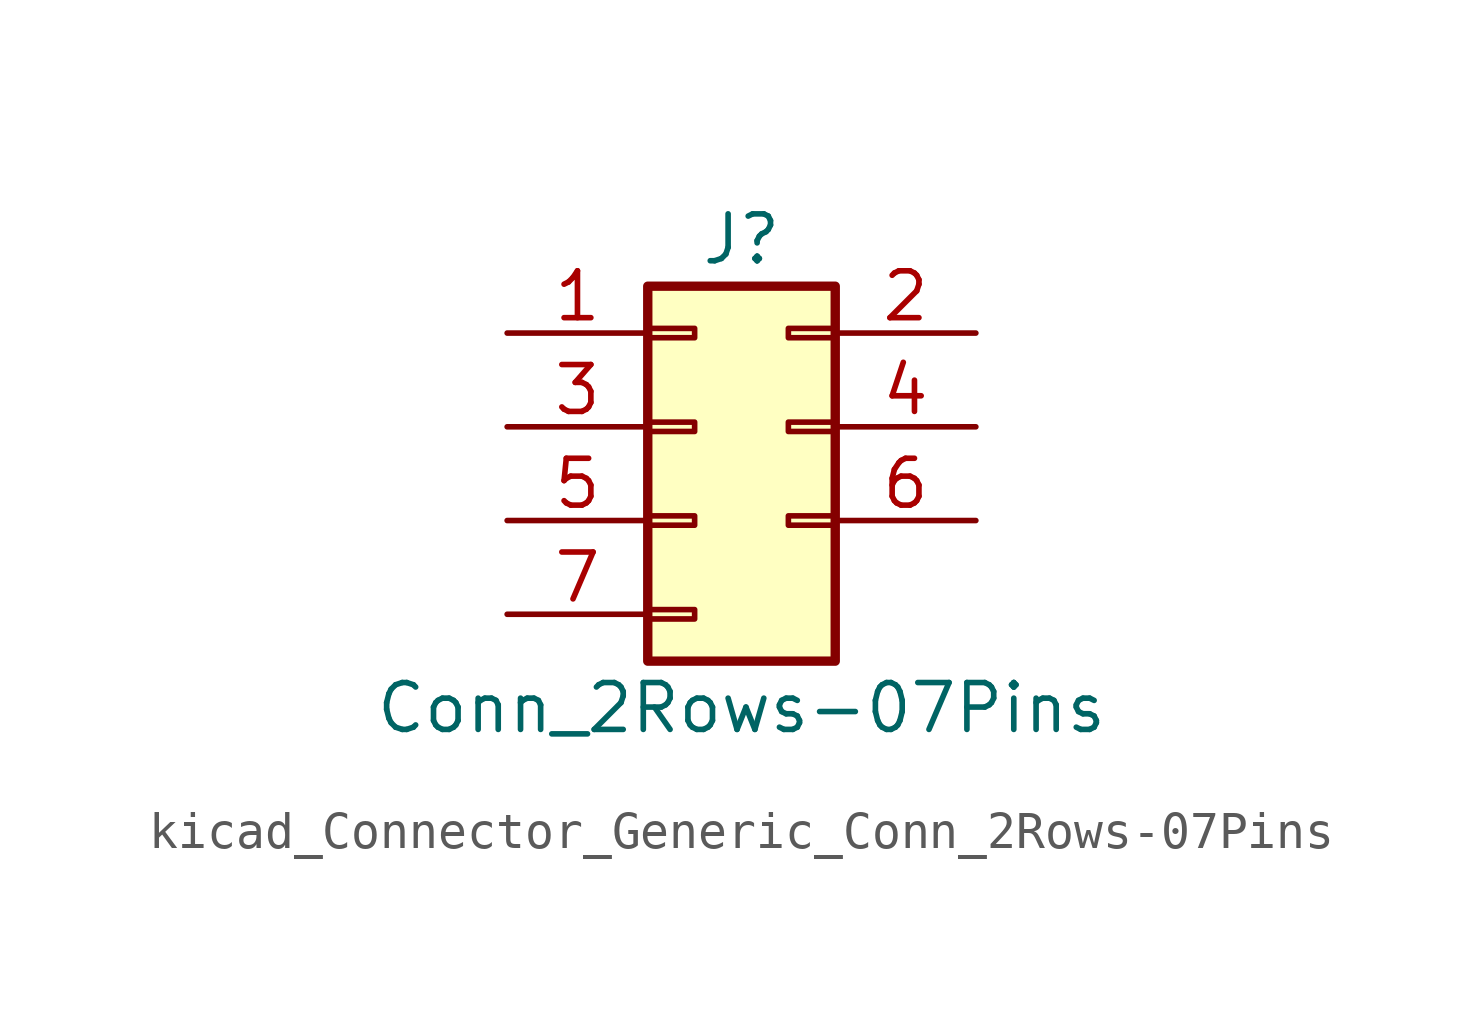
<source format=kicad_sym>
(kicad_symbol_lib
  (version 20220914)
  (generator kicad_symbol_editor)
  (symbol "kicad_Connector_Generic_Conn_2Rows-07Pins"
    (pin_names
      (offset 1.016) hide)
    (property "Reference" "J"
      (at 1.27 5.08 0)
      (effects (font (size 1.27 1.27))))
    (property "Value" "Conn_2Rows-07Pins"
      (at 1.27 -7.62 0)
      (effects (font (size 1.27 1.27))))
    (symbol "kicad_Connector_Generic_Conn_2Rows-07Pins_1_1"
      (rectangle (start -1.27 -4.953) (end 0 -5.207) (stroke (width 0.152) (type default)) (fill (type none)))
      (rectangle (start -1.27 -2.413) (end 0 -2.667) (stroke (width 0.152) (type default)) (fill (type none)))
      (rectangle (start -1.27 0.127) (end 0 -0.127) (stroke (width 0.152) (type default)) (fill (type none)))
      (rectangle (start -1.27 2.667) (end 0 2.413) (stroke (width 0.152) (type default)) (fill (type none)))
      (rectangle (start -1.27 3.81) (end 3.81 -6.35) (stroke (width 0.254) (type default)) (fill (type background)))
      (rectangle (start 3.81 -2.413) (end 2.54 -2.667) (stroke (width 0.152) (type default)) (fill (type none)))
      (rectangle (start 3.81 0.127) (end 2.54 -0.127) (stroke (width 0.152) (type default)) (fill (type none)))
      (rectangle (start 3.81 2.667) (end 2.54 2.413) (stroke (width 0.152) (type default)) (fill (type none)))
      (pin passive line (at -5.08 2.54 0) (length 3.81) (name "Pin_1" (effects (font (size 1.27 1.27)))) (number "1" (effects (font (size 1.27 1.27)))))
      (pin passive line (at 7.62 2.54 180) (length 3.81) (name "Pin_2" (effects (font (size 1.27 1.27)))) (number "2" (effects (font (size 1.27 1.27)))))
      (pin passive line (at -5.08 0 0) (length 3.81) (name "Pin_3" (effects (font (size 1.27 1.27)))) (number "3" (effects (font (size 1.27 1.27)))))
      (pin passive line (at 7.62 0 180) (length 3.81) (name "Pin_4" (effects (font (size 1.27 1.27)))) (number "4" (effects (font (size 1.27 1.27)))))
      (pin passive line (at -5.08 -2.54 0) (length 3.81) (name "Pin_5" (effects (font (size 1.27 1.27)))) (number "5" (effects (font (size 1.27 1.27)))))
      (pin passive line (at 7.62 -2.54 180) (length 3.81) (name "Pin_6" (effects (font (size 1.27 1.27)))) (number "6" (effects (font (size 1.27 1.27)))))
      (pin passive line (at -5.08 -5.08 0) (length 3.81) (name "Pin_7" (effects (font (size 1.27 1.27)))) (number "7" (effects (font (size 1.27 1.27))))))))
</source>
